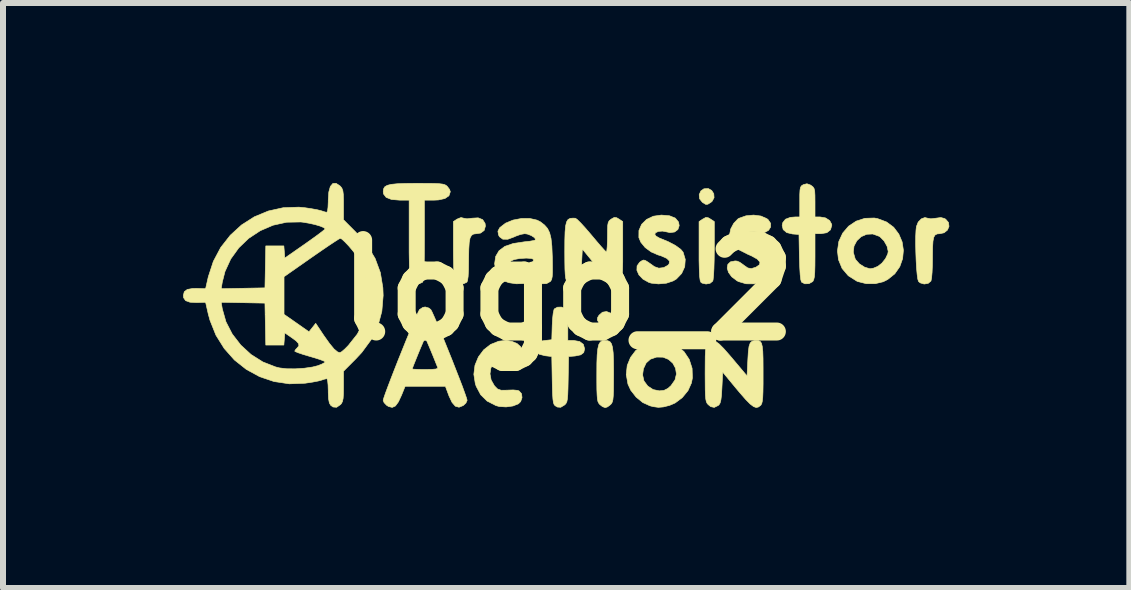
<source format=kicad_pcb>
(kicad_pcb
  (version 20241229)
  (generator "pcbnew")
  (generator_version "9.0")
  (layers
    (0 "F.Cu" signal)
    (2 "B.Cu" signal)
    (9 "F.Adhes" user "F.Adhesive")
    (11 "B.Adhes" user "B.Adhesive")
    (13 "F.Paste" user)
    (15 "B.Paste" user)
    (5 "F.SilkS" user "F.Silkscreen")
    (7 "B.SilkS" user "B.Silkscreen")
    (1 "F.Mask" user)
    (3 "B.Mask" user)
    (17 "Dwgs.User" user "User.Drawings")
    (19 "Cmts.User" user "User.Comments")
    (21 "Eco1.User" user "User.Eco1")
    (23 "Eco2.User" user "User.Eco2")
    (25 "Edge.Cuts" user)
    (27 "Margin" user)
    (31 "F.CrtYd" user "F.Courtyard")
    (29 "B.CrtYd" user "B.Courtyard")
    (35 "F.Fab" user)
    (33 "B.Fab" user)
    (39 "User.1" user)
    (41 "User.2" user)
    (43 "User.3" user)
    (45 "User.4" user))
  (footprint "logo_2"
    (layer "F.Cu")
    (at 6.412 1.785)
    (property "Reference" "logo_2" (at 0 0 0) (layer "F.SilkS") (effects (font (size 1.524 1.524) (thickness 0.3))))
    (attr through_hole)
    (fp_poly (pts (xy 0.708 0.381) (xy 0.748 0.438) (xy 0.753 0.511) (xy 0.722 0.568) (xy 0.667 0.601) (xy 0.603 0.605) (xy 0.541 0.574) (xy 0.519 0.547) (xy 0.492 0.497) (xy 0.496 0.458) (xy 0.52 0.418) (xy 0.577 0.368) (xy 0.645 0.356) (xy 0.708 0.381)) (stroke (width 0.01) (type solid)) (fill yes) (layer "F.SilkS"))
    (fp_poly (pts (xy 2.398 -1.661) (xy 2.432 -1.606) (xy 2.437 -1.541) (xy 2.405 -1.481) (xy 2.384 -1.463) (xy 2.334 -1.432) (xy 2.299 -1.429) (xy 2.253 -1.457) (xy 2.242 -1.464) (xy 2.196 -1.522) (xy 2.189 -1.591) (xy 2.217 -1.653) (xy 2.268 -1.689) (xy 2.341 -1.693) (xy 2.398 -1.661)) (stroke (width 0.01) (type solid)) (fill yes) (layer "F.SilkS"))
    (fp_poly (pts (xy 2.339 -1.207) (xy 2.377 -1.185) (xy 2.441 -1.143) (xy 2.441 -0.672) (xy 2.439 -0.504) (xy 2.435 -0.361) (xy 2.429 -0.249) (xy 2.421 -0.175) (xy 2.415 -0.151) (xy 2.37 -0.114) (xy 2.303 -0.102) (xy 2.238 -0.117) (xy 2.217 -0.132) (xy 2.205 -0.163) (xy 2.196 -0.231) (xy 2.191 -0.341) (xy 2.187 -0.494) (xy 2.187 -0.653) (xy 2.187 -1.143) (xy 2.25 -1.185) (xy 2.3 -1.212) (xy 2.339 -1.207)) (stroke (width 0.01) (type solid)) (fill yes) (layer "F.SilkS"))
    (fp_poly (pts (xy -1.74 -1.2) (xy -1.68 -1.189) (xy -1.595 -1.199) (xy -1.494 -1.205) (xy -1.419 -1.175) (xy -1.379 -1.113) (xy -1.373 -1.068) (xy -1.394 -0.995) (xy -1.454 -0.951) (xy -1.522 -0.941) (xy -1.57 -0.935) (xy -1.605 -0.913) (xy -1.629 -0.869) (xy -1.643 -0.794) (xy -1.65 -0.684) (xy -1.653 -0.53) (xy -1.653 -0.512) (xy -1.655 -0.345) (xy -1.661 -0.227) (xy -1.672 -0.155) (xy -1.683 -0.132) (xy -1.74 -0.105) (xy -1.808 -0.105) (xy -1.865 -0.132) (xy -1.881 -0.151) (xy -1.89 -0.194) (xy -1.897 -0.28) (xy -1.903 -0.402) (xy -1.906 -0.553) (xy -1.907 -0.672) (xy -1.907 -1.143) (xy -1.845 -1.184) (xy -1.78 -1.21) (xy -1.74 -1.2)) (stroke (width 0.01) (type solid)) (fill yes) (layer "F.SilkS"))
    (fp_poly (pts (xy 0.667 0.843) (xy 0.703 0.86) (xy 0.728 0.895) (xy 0.745 0.954) (xy 0.756 1.045) (xy 0.761 1.172) (xy 0.763 1.342) (xy 0.763 1.394) (xy 0.762 1.559) (xy 0.761 1.681) (xy 0.757 1.767) (xy 0.751 1.826) (xy 0.741 1.864) (xy 0.727 1.89) (xy 0.712 1.907) (xy 0.662 1.945) (xy 0.623 1.958) (xy 0.578 1.941) (xy 0.534 1.907) (xy 0.516 1.885) (xy 0.502 1.857) (xy 0.493 1.814) (xy 0.488 1.75) (xy 0.484 1.655) (xy 0.483 1.523) (xy 0.483 1.404) (xy 0.484 1.219) (xy 0.489 1.078) (xy 0.5 0.976) (xy 0.516 0.907) (xy 0.541 0.865) (xy 0.575 0.845) (xy 0.62 0.839) (xy 0.62 0.839) (xy 0.667 0.843)) (stroke (width 0.01) (type solid)) (fill yes) (layer "F.SilkS"))
    (fp_poly (pts (xy 6.276 -1.194) (xy 6.296 -1.183) (xy 6.344 -1.127) (xy 6.352 -1.062) (xy 6.326 -1.001) (xy 6.27 -0.956) (xy 6.201 -0.941) (xy 6.154 -0.937) (xy 6.12 -0.919) (xy 6.098 -0.881) (xy 6.085 -0.816) (xy 6.079 -0.716) (xy 6.077 -0.573) (xy 6.077 -0.54) (xy 6.075 -0.41) (xy 6.07 -0.295) (xy 6.062 -0.206) (xy 6.052 -0.155) (xy 6.05 -0.151) (xy 6.005 -0.113) (xy 5.938 -0.102) (xy 5.873 -0.121) (xy 5.845 -0.144) (xy 5.832 -0.183) (xy 5.821 -0.262) (xy 5.811 -0.372) (xy 5.804 -0.5) (xy 5.799 -0.638) (xy 5.796 -0.774) (xy 5.797 -0.898) (xy 5.802 -0.999) (xy 5.809 -1.06) (xy 5.839 -1.135) (xy 5.891 -1.188) (xy 5.95 -1.21) (xy 5.99 -1.2) (xy 6.049 -1.189) (xy 6.134 -1.199) (xy 6.216 -1.21) (xy 6.276 -1.194)) (stroke (width 0.01) (type solid)) (fill yes) (layer "F.SilkS"))
    (fp_poly (pts (xy -0.933 0.853) (xy -0.845 0.89) (xy -0.787 0.942) (xy -0.764 1.005) (xy -0.783 1.07) (xy -0.813 1.105) (xy -0.856 1.134) (xy -0.907 1.137) (xy -0.962 1.126) (xy -1.074 1.118) (xy -1.167 1.15) (xy -1.237 1.212) (xy -1.282 1.297) (xy -1.297 1.395) (xy -1.278 1.497) (xy -1.223 1.594) (xy -1.171 1.647) (xy -1.111 1.668) (xy -1.008 1.667) (xy -0.997 1.666) (xy -0.91 1.663) (xy -0.838 1.67) (xy -0.813 1.679) (xy -0.771 1.726) (xy -0.763 1.791) (xy -0.786 1.857) (xy -0.822 1.893) (xy -0.913 1.93) (xy -1.028 1.946) (xy -1.142 1.939) (xy -1.197 1.924) (xy -1.344 1.849) (xy -1.452 1.743) (xy -1.527 1.602) (xy -1.542 1.556) (xy -1.566 1.402) (xy -1.547 1.251) (xy -1.49 1.113) (xy -1.402 0.995) (xy -1.287 0.905) (xy -1.152 0.851) (xy -1.045 0.839) (xy -0.933 0.853)) (stroke (width 0.01) (type solid)) (fill yes) (layer "F.SilkS"))
    (fp_poly (pts (xy -2.348 -1.779) (xy -2.228 -1.778) (xy -2.144 -1.774) (xy -2.086 -1.767) (xy -2.049 -1.757) (xy -2.023 -1.742) (xy -2.009 -1.729) (xy -1.971 -1.679) (xy -1.958 -1.64) (xy -1.981 -1.573) (xy -2.048 -1.527) (xy -2.157 -1.503) (xy -2.225 -1.5) (xy -2.39 -1.5) (xy -2.39 -0.831) (xy -2.391 -0.609) (xy -2.393 -0.434) (xy -2.397 -0.302) (xy -2.403 -0.211) (xy -2.411 -0.155) (xy -2.421 -0.132) (xy -2.476 -0.107) (xy -2.547 -0.105) (xy -2.607 -0.126) (xy -2.614 -0.132) (xy -2.624 -0.159) (xy -2.632 -0.218) (xy -2.638 -0.313) (xy -2.641 -0.449) (xy -2.644 -0.628) (xy -2.644 -0.831) (xy -2.644 -1.5) (xy -2.804 -1.5) (xy -2.938 -1.511) (xy -3.027 -1.546) (xy -3.071 -1.603) (xy -3.076 -1.64) (xy -3.071 -1.686) (xy -3.051 -1.721) (xy -3.01 -1.746) (xy -2.943 -1.763) (xy -2.843 -1.773) (xy -2.704 -1.778) (xy -2.521 -1.78) (xy -2.511 -1.78) (xy -2.348 -1.779)) (stroke (width 0.01) (type solid)) (fill yes) (layer "F.SilkS"))
    (fp_poly (pts (xy 1.668 0.862) (xy 1.814 0.924) (xy 1.936 1.024) (xy 2.023 1.154) (xy 2.071 1.303) (xy 2.076 1.463) (xy 2.06 1.547) (xy 2.003 1.674) (xy 1.908 1.79) (xy 1.79 1.879) (xy 1.696 1.92) (xy 1.592 1.946) (xy 1.509 1.953) (xy 1.422 1.941) (xy 1.368 1.927) (xy 1.249 1.873) (xy 1.138 1.782) (xy 1.049 1.668) (xy 1.002 1.566) (xy 0.975 1.412) (xy 1.246 1.412) (xy 1.269 1.513) (xy 1.332 1.598) (xy 1.422 1.657) (xy 1.526 1.678) (xy 1.603 1.67) (xy 1.665 1.639) (xy 1.719 1.592) (xy 1.786 1.496) (xy 1.81 1.397) (xy 1.795 1.302) (xy 1.75 1.218) (xy 1.678 1.154) (xy 1.587 1.117) (xy 1.481 1.115) (xy 1.377 1.15) (xy 1.306 1.213) (xy 1.26 1.31) (xy 1.246 1.412) (xy 0.975 1.412) (xy 0.974 1.405) (xy 0.99 1.255) (xy 1.045 1.121) (xy 1.131 1.007) (xy 1.243 0.92) (xy 1.374 0.863) (xy 1.518 0.843) (xy 1.668 0.862)) (stroke (width 0.01) (type solid)) (fill yes) (layer "F.SilkS"))
    (fp_poly (pts (xy -0.046 0.306) (xy -0.026 0.329) (xy -0.015 0.376) (xy -0.005 0.458) (xy -0.001 0.563) (xy 0 0.609) (xy 0 0.839) (xy 0.1 0.839) (xy 0.197 0.856) (xy 0.259 0.903) (xy 0.28 0.978) (xy 0.265 1.04) (xy 0.215 1.078) (xy 0.124 1.097) (xy 0.114 1.098) (xy 0.013 1.106) (xy 0.006 1.487) (xy 0.003 1.635) (xy -0.001 1.741) (xy -0.007 1.813) (xy -0.016 1.859) (xy -0.031 1.889) (xy -0.05 1.91) (xy -0.054 1.913) (xy -0.118 1.952) (xy -0.174 1.948) (xy -0.211 1.926) (xy -0.228 1.907) (xy -0.24 1.873) (xy -0.248 1.816) (xy -0.254 1.728) (xy -0.258 1.603) (xy -0.26 1.5) (xy -0.267 1.106) (xy -0.378 1.093) (xy -0.476 1.068) (xy -0.531 1.022) (xy -0.541 0.957) (xy -0.526 0.915) (xy -0.492 0.871) (xy -0.435 0.847) (xy -0.381 0.839) (xy -0.267 0.826) (xy -0.26 0.586) (xy -0.254 0.478) (xy -0.244 0.387) (xy -0.231 0.327) (xy -0.225 0.313) (xy -0.173 0.284) (xy -0.105 0.282) (xy -0.046 0.306)) (stroke (width 0.01) (type solid)) (fill yes) (layer "F.SilkS"))
    (fp_poly (pts (xy 5.162 -1.192) (xy 5.311 -1.136) (xy 5.43 -1.048) (xy 5.516 -0.934) (xy 5.571 -0.804) (xy 5.592 -0.665) (xy 5.579 -0.525) (xy 5.532 -0.392) (xy 5.449 -0.273) (xy 5.331 -0.178) (xy 5.258 -0.141) (xy 5.123 -0.108) (xy 4.974 -0.108) (xy 4.836 -0.142) (xy 4.818 -0.149) (xy 4.674 -0.24) (xy 4.571 -0.361) (xy 4.51 -0.509) (xy 4.496 -0.633) (xy 4.757 -0.633) (xy 4.787 -0.527) (xy 4.798 -0.507) (xy 4.86 -0.437) (xy 4.946 -0.383) (xy 5.032 -0.357) (xy 5.042 -0.357) (xy 5.096 -0.367) (xy 5.162 -0.395) (xy 5.164 -0.395) (xy 5.233 -0.449) (xy 5.294 -0.525) (xy 5.332 -0.605) (xy 5.339 -0.645) (xy 5.32 -0.731) (xy 5.27 -0.82) (xy 5.203 -0.888) (xy 5.189 -0.897) (xy 5.082 -0.936) (xy 4.98 -0.931) (xy 4.888 -0.891) (xy 4.816 -0.823) (xy 4.769 -0.734) (xy 4.757 -0.633) (xy 4.496 -0.633) (xy 4.493 -0.652) (xy 4.516 -0.811) (xy 4.581 -0.951) (xy 4.679 -1.066) (xy 4.805 -1.15) (xy 4.95 -1.197) (xy 5.107 -1.202) (xy 5.162 -1.192)) (stroke (width 0.01) (type solid)) (fill yes) (layer "F.SilkS"))
    (fp_poly (pts (xy 4.041 -1.753) (xy 4.054 -1.745) (xy 4.084 -1.722) (xy 4.103 -1.695) (xy 4.114 -1.651) (xy 4.118 -1.58) (xy 4.119 -1.47) (xy 4.119 -1.461) (xy 4.119 -1.22) (xy 4.202 -1.22) (xy 4.294 -1.204) (xy 4.363 -1.16) (xy 4.397 -1.098) (xy 4.399 -1.081) (xy 4.377 -1.005) (xy 4.316 -0.957) (xy 4.219 -0.941) (xy 4.119 -0.941) (xy 4.119 -0.561) (xy 4.118 -0.408) (xy 4.115 -0.298) (xy 4.109 -0.223) (xy 4.098 -0.176) (xy 4.084 -0.147) (xy 4.079 -0.142) (xy 4.019 -0.108) (xy 3.949 -0.106) (xy 3.895 -0.134) (xy 3.894 -0.135) (xy 3.882 -0.174) (xy 3.872 -0.256) (xy 3.865 -0.375) (xy 3.86 -0.524) (xy 3.859 -0.548) (xy 3.852 -0.928) (xy 3.744 -0.936) (xy 3.648 -0.959) (xy 3.589 -1.009) (xy 3.572 -1.079) (xy 3.582 -1.125) (xy 3.627 -1.182) (xy 3.709 -1.213) (xy 3.795 -1.22) (xy 3.865 -1.22) (xy 3.865 -1.475) (xy 3.865 -1.591) (xy 3.869 -1.667) (xy 3.877 -1.712) (xy 3.893 -1.738) (xy 3.918 -1.754) (xy 3.927 -1.759) (xy 3.985 -1.773) (xy 4.041 -1.753)) (stroke (width 0.01) (type solid)) (fill yes) (layer "F.SilkS"))
    (fp_poly (pts (xy 1.696 -1.239) (xy 1.792 -1.2) (xy 1.845 -1.135) (xy 1.856 -1.075) (xy 1.834 -1.01) (xy 1.779 -0.969) (xy 1.702 -0.959) (xy 1.656 -0.969) (xy 1.579 -0.984) (xy 1.509 -0.979) (xy 1.461 -0.956) (xy 1.449 -0.931) (xy 1.471 -0.9) (xy 1.524 -0.869) (xy 1.532 -0.866) (xy 1.677 -0.806) (xy 1.797 -0.742) (xy 1.882 -0.68) (xy 1.921 -0.633) (xy 1.957 -0.513) (xy 1.948 -0.39) (xy 1.897 -0.278) (xy 1.809 -0.186) (xy 1.756 -0.154) (xy 1.643 -0.116) (xy 1.512 -0.104) (xy 1.389 -0.117) (xy 1.348 -0.13) (xy 1.252 -0.184) (xy 1.185 -0.254) (xy 1.151 -0.331) (xy 1.154 -0.404) (xy 1.196 -0.464) (xy 1.208 -0.473) (xy 1.239 -0.493) (xy 1.264 -0.502) (xy 1.293 -0.494) (xy 1.337 -0.467) (xy 1.408 -0.417) (xy 1.444 -0.391) (xy 1.516 -0.366) (xy 1.599 -0.376) (xy 1.669 -0.415) (xy 1.688 -0.438) (xy 1.694 -0.485) (xy 1.65 -0.529) (xy 1.556 -0.571) (xy 1.501 -0.588) (xy 1.389 -0.637) (xy 1.289 -0.71) (xy 1.217 -0.798) (xy 1.184 -0.876) (xy 1.185 -0.994) (xy 1.23 -1.097) (xy 1.312 -1.178) (xy 1.425 -1.232) (xy 1.559 -1.251) (xy 1.696 -1.239)) (stroke (width 0.01) (type solid)) (fill yes) (layer "F.SilkS"))
    (fp_poly (pts (xy 3.218 -1.235) (xy 3.317 -1.191) (xy 3.337 -1.176) (xy 3.379 -1.114) (xy 3.379 -1.051) (xy 3.345 -0.997) (xy 3.286 -0.964) (xy 3.209 -0.961) (xy 3.182 -0.969) (xy 3.104 -0.984) (xy 3.034 -0.979) (xy 2.986 -0.955) (xy 2.975 -0.93) (xy 2.997 -0.903) (xy 3.058 -0.867) (xy 3.147 -0.828) (xy 3.152 -0.827) (xy 3.307 -0.751) (xy 3.413 -0.663) (xy 3.471 -0.562) (xy 3.48 -0.449) (xy 3.44 -0.325) (xy 3.428 -0.302) (xy 3.347 -0.207) (xy 3.235 -0.14) (xy 3.105 -0.105) (xy 2.969 -0.106) (xy 2.842 -0.144) (xy 2.818 -0.157) (xy 2.731 -0.223) (xy 2.677 -0.297) (xy 2.656 -0.368) (xy 2.667 -0.43) (xy 2.711 -0.472) (xy 2.787 -0.487) (xy 2.821 -0.484) (xy 2.865 -0.465) (xy 2.922 -0.425) (xy 2.931 -0.417) (xy 2.999 -0.37) (xy 3.058 -0.359) (xy 3.132 -0.382) (xy 3.14 -0.386) (xy 3.196 -0.425) (xy 3.201 -0.469) (xy 3.156 -0.518) (xy 3.061 -0.571) (xy 3.001 -0.597) (xy 2.855 -0.671) (xy 2.758 -0.754) (xy 2.706 -0.849) (xy 2.695 -0.925) (xy 2.715 -1.02) (xy 2.765 -1.114) (xy 2.833 -1.185) (xy 2.853 -1.198) (xy 2.969 -1.239) (xy 3.096 -1.251) (xy 3.218 -1.235)) (stroke (width 0.01) (type solid)) (fill yes) (layer "F.SilkS"))
    (fp_poly (pts (xy 3.179 0.842) (xy 3.207 0.856) (xy 3.227 0.885) (xy 3.24 0.938) (xy 3.249 1.02) (xy 3.253 1.138) (xy 3.254 1.297) (xy 3.254 1.389) (xy 3.254 1.563) (xy 3.252 1.694) (xy 3.248 1.787) (xy 3.241 1.85) (xy 3.231 1.891) (xy 3.218 1.914) (xy 3.215 1.918) (xy 3.177 1.947) (xy 3.139 1.956) (xy 3.095 1.94) (xy 3.038 1.897) (xy 2.965 1.823) (xy 2.869 1.713) (xy 2.805 1.637) (xy 2.581 1.366) (xy 2.568 1.626) (xy 2.561 1.748) (xy 2.551 1.829) (xy 2.538 1.88) (xy 2.519 1.911) (xy 2.506 1.922) (xy 2.44 1.954) (xy 2.381 1.941) (xy 2.339 1.907) (xy 2.321 1.886) (xy 2.308 1.858) (xy 2.299 1.816) (xy 2.293 1.752) (xy 2.29 1.66) (xy 2.289 1.53) (xy 2.288 1.39) (xy 2.289 1.223) (xy 2.29 1.1) (xy 2.294 1.012) (xy 2.301 0.954) (xy 2.311 0.916) (xy 2.324 0.892) (xy 2.335 0.881) (xy 2.377 0.85) (xy 2.418 0.84) (xy 2.464 0.854) (xy 2.522 0.897) (xy 2.596 0.971) (xy 2.692 1.08) (xy 2.738 1.134) (xy 2.987 1.43) (xy 3 1.159) (xy 3.008 1.026) (xy 3.02 0.936) (xy 3.04 0.88) (xy 3.071 0.851) (xy 3.117 0.84) (xy 3.141 0.839) (xy 3.179 0.842)) (stroke (width 0.01) (type solid)) (fill yes) (layer "F.SilkS"))
    (fp_poly (pts (xy 0.814 -1.207) (xy 0.852 -1.185) (xy 0.915 -1.143) (xy 0.915 -0.653) (xy 0.915 -0.472) (xy 0.912 -0.336) (xy 0.906 -0.238) (xy 0.895 -0.172) (xy 0.877 -0.131) (xy 0.852 -0.11) (xy 0.817 -0.103) (xy 0.787 -0.102) (xy 0.754 -0.108) (xy 0.716 -0.132) (xy 0.666 -0.178) (xy 0.598 -0.252) (xy 0.508 -0.36) (xy 0.48 -0.394) (xy 0.242 -0.686) (xy 0.229 -0.436) (xy 0.218 -0.3) (xy 0.203 -0.201) (xy 0.183 -0.146) (xy 0.181 -0.144) (xy 0.122 -0.108) (xy 0.05 -0.108) (xy -0.011 -0.142) (xy -0.025 -0.164) (xy -0.036 -0.201) (xy -0.043 -0.261) (xy -0.048 -0.35) (xy -0.05 -0.476) (xy -0.051 -0.645) (xy -0.05 -0.829) (xy -0.046 -0.968) (xy -0.037 -1.069) (xy -0.021 -1.136) (xy 0.003 -1.176) (xy 0.039 -1.196) (xy 0.087 -1.2) (xy 0.127 -1.198) (xy 0.156 -1.178) (xy 0.21 -1.125) (xy 0.282 -1.047) (xy 0.365 -0.951) (xy 0.394 -0.917) (xy 0.478 -0.817) (xy 0.55 -0.733) (xy 0.606 -0.671) (xy 0.637 -0.64) (xy 0.642 -0.637) (xy 0.65 -0.66) (xy 0.656 -0.723) (xy 0.66 -0.816) (xy 0.661 -0.889) (xy 0.662 -1.005) (xy 0.665 -1.082) (xy 0.674 -1.129) (xy 0.691 -1.158) (xy 0.718 -1.18) (xy 0.725 -1.185) (xy 0.774 -1.212) (xy 0.814 -1.207)) (stroke (width 0.01) (type solid)) (fill yes) (layer "F.SilkS"))
    (fp_poly (pts (xy -2.316 0.298) (xy -2.283 0.324) (xy -2.264 0.359) (xy -2.23 0.434) (xy -2.183 0.541) (xy -2.127 0.674) (xy -2.065 0.826) (xy -1.999 0.989) (xy -1.932 1.155) (xy -1.868 1.319) (xy -1.808 1.472) (xy -1.756 1.607) (xy -1.716 1.718) (xy -1.689 1.796) (xy -1.678 1.835) (xy -1.678 1.836) (xy -1.698 1.881) (xy -1.743 1.923) (xy -1.813 1.951) (xy -1.874 1.934) (xy -1.929 1.871) (xy -1.982 1.759) (xy -1.982 1.757) (xy -2.04 1.602) (xy -2.711 1.602) (xy -2.77 1.748) (xy -2.823 1.862) (xy -2.873 1.93) (xy -2.926 1.954) (xy -2.987 1.939) (xy -3.02 1.918) (xy -3.062 1.874) (xy -3.077 1.836) (xy -3.067 1.799) (xy -3.041 1.723) (xy -3.001 1.615) (xy -2.95 1.481) (xy -2.891 1.329) (xy -2.885 1.314) (xy -2.593 1.314) (xy -2.57 1.317) (xy -2.507 1.32) (xy -2.417 1.322) (xy -2.375 1.322) (xy -2.264 1.32) (xy -2.198 1.314) (xy -2.169 1.302) (xy -2.168 1.29) (xy -2.245 1.098) (xy -2.305 0.953) (xy -2.347 0.855) (xy -2.373 0.803) (xy -2.38 0.796) (xy -2.393 0.821) (xy -2.419 0.882) (xy -2.455 0.966) (xy -2.494 1.061) (xy -2.532 1.155) (xy -2.565 1.237) (xy -2.587 1.294) (xy -2.593 1.314) (xy -2.885 1.314) (xy -2.827 1.166) (xy -2.76 1) (xy -2.694 0.836) (xy -2.631 0.684) (xy -2.575 0.55) (xy -2.527 0.44) (xy -2.492 0.363) (xy -2.472 0.325) (xy -2.471 0.324) (xy -2.417 0.288) (xy -2.377 0.28) (xy -2.316 0.298)) (stroke (width 0.01) (type solid)) (fill yes) (layer "F.SilkS"))
    (fp_poly (pts (xy -0.513 -1.167) (xy -0.456 -1.138) (xy -0.388 -1.085) (xy -0.338 -1.028) (xy -0.303 -0.956) (xy -0.28 -0.862) (xy -0.266 -0.736) (xy -0.259 -0.569) (xy -0.258 -0.544) (xy -0.256 -0.399) (xy -0.256 -0.296) (xy -0.26 -0.226) (xy -0.269 -0.181) (xy -0.284 -0.153) (xy -0.292 -0.144) (xy -0.354 -0.109) (xy -0.424 -0.106) (xy -0.479 -0.135) (xy -0.48 -0.137) (xy -0.508 -0.157) (xy -0.549 -0.155) (xy -0.604 -0.138) (xy -0.726 -0.11) (xy -0.859 -0.106) (xy -0.981 -0.124) (xy -1.039 -0.145) (xy -1.136 -0.22) (xy -1.199 -0.325) (xy -1.22 -0.44) (xy -1.217 -0.46) (xy -0.966 -0.46) (xy -0.95 -0.425) (xy -0.924 -0.394) (xy -0.865 -0.367) (xy -0.782 -0.369) (xy -0.692 -0.397) (xy -0.637 -0.429) (xy -0.579 -0.478) (xy -0.568 -0.51) (xy -0.603 -0.528) (xy -0.687 -0.534) (xy -0.695 -0.534) (xy -0.805 -0.527) (xy -0.894 -0.51) (xy -0.951 -0.485) (xy -0.966 -0.46) (xy -1.217 -0.46) (xy -1.202 -0.562) (xy -1.146 -0.657) (xy -1.05 -0.729) (xy -0.911 -0.777) (xy -0.727 -0.805) (xy -0.635 -0.815) (xy -0.567 -0.827) (xy -0.535 -0.839) (xy -0.534 -0.841) (xy -0.556 -0.876) (xy -0.609 -0.91) (xy -0.675 -0.935) (xy -0.719 -0.941) (xy -0.786 -0.929) (xy -0.868 -0.9) (xy -0.893 -0.888) (xy -1 -0.848) (xy -1.083 -0.849) (xy -1.139 -0.89) (xy -1.155 -0.921) (xy -1.165 -0.983) (xy -1.137 -1.036) (xy -1.13 -1.045) (xy -1.036 -1.117) (xy -0.912 -1.168) (xy -0.774 -1.194) (xy -0.636 -1.195) (xy -0.513 -1.167)) (stroke (width 0.01) (type solid)) (fill yes) (layer "F.SilkS"))
    (fp_poly (pts (xy -3.794 -1.735) (xy -3.788 -1.729) (xy -3.765 -1.699) (xy -3.749 -1.658) (xy -3.741 -1.596) (xy -3.738 -1.501) (xy -3.738 -1.426) (xy -3.738 -1.173) (xy -3.528 -0.962) (xy -3.345 -0.749) (xy -3.211 -0.528) (xy -3.124 -0.293) (xy -3.082 -0.04) (xy -3.077 0.089) (xy -3.099 0.352) (xy -3.164 0.596) (xy -3.275 0.823) (xy -3.434 1.039) (xy -3.528 1.14) (xy -3.738 1.351) (xy -3.738 1.604) (xy -3.739 1.723) (xy -3.744 1.803) (xy -3.755 1.855) (xy -3.773 1.89) (xy -3.788 1.907) (xy -3.853 1.952) (xy -3.913 1.947) (xy -3.952 1.918) (xy -3.974 1.879) (xy -3.987 1.811) (xy -3.992 1.705) (xy -3.992 1.676) (xy -3.995 1.582) (xy -4.002 1.512) (xy -4.012 1.477) (xy -4.016 1.475) (xy -4.055 1.483) (xy -4.103 1.499) (xy -4.158 1.514) (xy -4.247 1.531) (xy -4.352 1.547) (xy -4.378 1.551) (xy -4.641 1.561) (xy -4.895 1.523) (xy -5.135 1.442) (xy -5.357 1.321) (xy -5.556 1.163) (xy -5.726 0.971) (xy -5.864 0.75) (xy -5.963 0.502) (xy -5.991 0.4) (xy -6.036 0.202) (xy -6.183 0.207) (xy -6.281 0.202) (xy -5.776 0.202) (xy -5.758 0.311) (xy -5.697 0.527) (xy -5.592 0.731) (xy -5.45 0.915) (xy -5.278 1.073) (xy -5.081 1.197) (xy -4.868 1.28) (xy -4.803 1.296) (xy -4.686 1.31) (xy -4.541 1.311) (xy -4.39 1.301) (xy -4.253 1.281) (xy -4.163 1.258) (xy -4.094 1.23) (xy -4.051 1.206) (xy -4.043 1.196) (xy -4.066 1.181) (xy -4.127 1.157) (xy -4.218 1.128) (xy -4.297 1.105) (xy -4.402 1.074) (xy -4.486 1.046) (xy -4.538 1.025) (xy -4.551 1.016) (xy -4.534 0.987) (xy -4.513 0.966) (xy -4.482 0.929) (xy -4.486 0.891) (xy -4.528 0.845) (xy -4.596 0.795) (xy -4.716 0.712) (xy -4.724 0.814) (xy -4.732 0.915) (xy -5.033 0.915) (xy -5.047 0.216) (xy -5.412 0.209) (xy -5.776 0.202) (xy -6.281 0.202) (xy -6.297 0.201) (xy -6.369 0.175) (xy -6.403 0.126) (xy -6.407 0.089) (xy -6.391 0.026) (xy -6.341 -0.012) (xy -6.273 -0.024) (xy -5.776 -0.024) (xy -5.412 -0.031) (xy -5.047 -0.038) (xy -5.043 -0.224) (xy -4.729 -0.224) (xy -4.729 0.403) (xy -4.521 0.548) (xy -4.313 0.694) (xy -4.257 0.624) (xy -4.201 0.553) (xy -4.068 0.753) (xy -3.972 0.888) (xy -3.896 0.98) (xy -3.836 1.03) (xy -3.798 1.042) (xy -3.767 1.025) (xy -3.715 0.98) (xy -3.657 0.921) (xy -3.508 0.733) (xy -3.406 0.535) (xy -3.348 0.318) (xy -3.331 0.089) (xy -3.351 -0.158) (xy -3.414 -0.377) (xy -3.477 -0.508) (xy -3.524 -0.579) (xy -3.585 -0.659) (xy -3.652 -0.738) (xy -3.716 -0.805) (xy -3.766 -0.851) (xy -3.792 -0.864) (xy -3.819 -0.85) (xy -3.88 -0.811) (xy -3.971 -0.751) (xy -4.084 -0.674) (xy -4.213 -0.585) (xy -4.272 -0.544) (xy -4.729 -0.224) (xy -5.043 -0.224) (xy -5.04 -0.388) (xy -5.033 -0.737) (xy -4.732 -0.737) (xy -4.724 -0.636) (xy -4.716 -0.535) (xy -4.38 -0.769) (xy -4.266 -0.85) (xy -4.169 -0.92) (xy -4.095 -0.976) (xy -4.052 -1.011) (xy -4.043 -1.021) (xy -4.066 -1.042) (xy -4.126 -1.067) (xy -4.213 -1.093) (xy -4.312 -1.115) (xy -4.412 -1.132) (xy -4.449 -1.136) (xy -4.685 -1.132) (xy -4.912 -1.082) (xy -5.124 -0.991) (xy -5.317 -0.864) (xy -5.483 -0.705) (xy -5.617 -0.519) (xy -5.713 -0.31) (xy -5.758 -0.133) (xy -5.776 -0.024) (xy -6.273 -0.024) (xy -6.25 -0.028) (xy -6.183 -0.029) (xy -6.036 -0.024) (xy -5.991 -0.222) (xy -5.907 -0.479) (xy -5.784 -0.711) (xy -5.625 -0.914) (xy -5.437 -1.086) (xy -5.224 -1.222) (xy -4.99 -1.319) (xy -4.741 -1.374) (xy -4.481 -1.383) (xy -4.378 -1.373) (xy -4.272 -1.357) (xy -4.177 -1.34) (xy -4.113 -1.324) (xy -4.103 -1.321) (xy -4.047 -1.303) (xy -4.016 -1.297) (xy -4.004 -1.32) (xy -3.996 -1.382) (xy -3.992 -1.471) (xy -3.992 -1.498) (xy -3.983 -1.635) (xy -3.957 -1.728) (xy -3.916 -1.777) (xy -3.861 -1.78) (xy -3.794 -1.735)) (stroke (width 0.01) (type solid)) (fill yes) (layer "F.SilkS")))
  (gr_rect
    (start -3 -3)
    (end 15.769 6.748)
    (stroke (width 0.1) (type default))
    (fill no)
    (layer "Edge.Cuts")))
</source>
